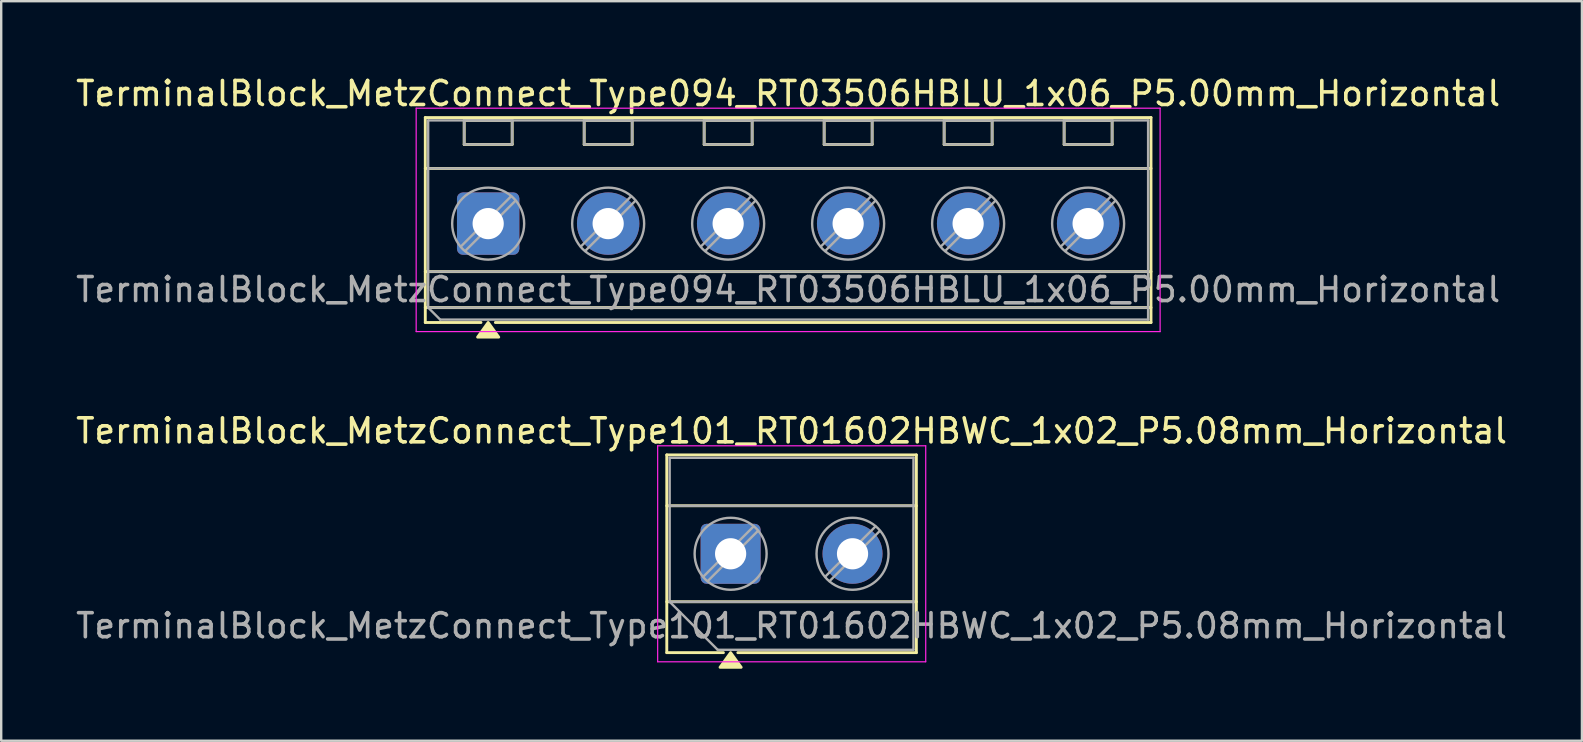
<source format=kicad_pcb>
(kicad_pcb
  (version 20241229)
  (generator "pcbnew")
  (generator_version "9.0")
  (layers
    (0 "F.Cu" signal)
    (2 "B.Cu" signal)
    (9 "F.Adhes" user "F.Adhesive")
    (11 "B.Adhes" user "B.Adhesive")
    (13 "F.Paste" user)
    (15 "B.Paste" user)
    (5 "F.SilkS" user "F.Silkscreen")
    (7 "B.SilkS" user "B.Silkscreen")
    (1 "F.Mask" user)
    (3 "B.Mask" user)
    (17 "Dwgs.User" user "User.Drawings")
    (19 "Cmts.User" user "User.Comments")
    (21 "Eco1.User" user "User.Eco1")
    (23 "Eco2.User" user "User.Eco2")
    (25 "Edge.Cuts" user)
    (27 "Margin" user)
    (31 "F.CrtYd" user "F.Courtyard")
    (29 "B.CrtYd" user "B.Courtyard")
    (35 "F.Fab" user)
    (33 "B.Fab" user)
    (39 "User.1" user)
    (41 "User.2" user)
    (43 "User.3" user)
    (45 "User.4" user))
  (footprint "TerminalBlock_MetzConnect_Type101_RT01602HBWC_1x02_P5.08mm_Horizontal"
    (layer "F.Cu")
    (at 27.395 20.026)
    (property "Reference" "TerminalBlock_MetzConnect_Type101_RT01602HBWC_1x02_P5.08mm_Horizontal" (at 2.54 -5.12 0) (layer "F.SilkS") (effects (font (size 1 1) (thickness 0.15))))
    (attr through_hole)
    (fp_line (start -2.66 -4.12) (end -2.66 4.12) (stroke (width 0.12) (type solid)) (layer "F.SilkS"))
    (fp_line (start -2.66 -4.12) (end 7.74 -4.12) (stroke (width 0.12) (type solid)) (layer "F.SilkS"))
    (fp_line (start -2.66 -2) (end 7.74 -2) (stroke (width 0.12) (type solid)) (layer "F.SilkS"))
    (fp_line (start -2.66 2) (end 7.74 2) (stroke (width 0.12) (type solid)) (layer "F.SilkS"))
    (fp_line (start -2.66 4.12) (end -0.3 4.12) (stroke (width 0.12) (type solid)) (layer "F.SilkS"))
    (fp_line (start 0.3 4.12) (end 7.74 4.12) (stroke (width 0.12) (type solid)) (layer "F.SilkS"))
    (fp_line (start 7.74 -4.12) (end 7.74 4.12) (stroke (width 0.12) (type solid)) (layer "F.SilkS"))
    (fp_poly (pts (xy 0 4.12) (xy 0.44 4.73) (xy -0.44 4.73)) (stroke (width 0.12) (type solid)) (fill yes) (layer "F.SilkS"))
    (fp_line (start -3.04 -4.5) (end -3.04 4.5) (stroke (width 0.05) (type solid)) (layer "F.CrtYd"))
    (fp_line (start -3.04 4.5) (end 8.13 4.5) (stroke (width 0.05) (type solid)) (layer "F.CrtYd"))
    (fp_line (start 8.13 -4.5) (end -3.04 -4.5) (stroke (width 0.05) (type solid)) (layer "F.CrtYd"))
    (fp_line (start 8.13 4.5) (end 8.13 -4.5) (stroke (width 0.05) (type solid)) (layer "F.CrtYd"))
    (fp_line (start -2.54 -4) (end 7.62 -4) (stroke (width 0.1) (type solid)) (layer "F.Fab"))
    (fp_line (start -2.54 -2) (end 7.62 -2) (stroke (width 0.1) (type solid)) (layer "F.Fab"))
    (fp_line (start -2.54 2) (end -2.54 -4) (stroke (width 0.1) (type solid)) (layer "F.Fab"))
    (fp_line (start -2.54 2) (end 7.62 2) (stroke (width 0.1) (type solid)) (layer "F.Fab"))
    (fp_line (start -0.54 4) (end -2.54 2) (stroke (width 0.1) (type solid)) (layer "F.Fab"))
    (fp_line (start 0.955 -1.138) (end -1.138 0.954) (stroke (width 0.1) (type solid)) (layer "F.Fab"))
    (fp_line (start 1.138 -0.954) (end -0.955 1.137) (stroke (width 0.1) (type solid)) (layer "F.Fab"))
    (fp_line (start 6.035 -1.138) (end 3.942 0.954) (stroke (width 0.1) (type solid)) (layer "F.Fab"))
    (fp_line (start 6.218 -0.954) (end 4.125 1.137) (stroke (width 0.1) (type solid)) (layer "F.Fab"))
    (fp_line (start 7.62 -4) (end 7.62 4) (stroke (width 0.1) (type solid)) (layer "F.Fab"))
    (fp_line (start 7.62 4) (end -0.54 4) (stroke (width 0.1) (type solid)) (layer "F.Fab"))
    (fp_circle (center 0 0) (end 1.5 0) (stroke (width 0.1) (type solid)) (fill no) (layer "F.Fab"))
    (fp_circle (center 5.08 0) (end 6.58 0) (stroke (width 0.1) (type solid)) (fill no) (layer "F.Fab"))
    (fp_text user "${REFERENCE}" (at 2.54 3 0) (layer "F.Fab") (effects (font (size 1 1) (thickness 0.15))))
    (pad "1" thru_hole roundrect (at 0 0) (size 2.5 2.5) (drill 1.3) (layers "*.Cu" "*.Mask") (roundrect_rratio 0.1))
    (pad "2" thru_hole circle (at 5.08 0) (size 2.5 2.5) (drill 1.3) (layers "*.Cu" "*.Mask")))
  (footprint "TerminalBlock_MetzConnect_Type094_RT03506HBLU_1x06_P5.00mm_Horizontal"
    (layer "F.Cu")
    (at 17.292 6.268)
    (property "Reference" "TerminalBlock_MetzConnect_Type094_RT03506HBLU_1x06_P5.00mm_Horizontal" (at 12.5 -5.42 0) (layer "F.SilkS") (effects (font (size 1 1) (thickness 0.15))))
    (attr through_hole)
    (fp_line (start -2.62 -4.42) (end -2.62 4.12) (stroke (width 0.12) (type solid)) (layer "F.SilkS"))
    (fp_line (start -2.62 -4.42) (end 27.62 -4.42) (stroke (width 0.12) (type solid)) (layer "F.SilkS"))
    (fp_line (start -2.62 -2.3) (end 27.62 -2.3) (stroke (width 0.12) (type solid)) (layer "F.SilkS"))
    (fp_line (start -2.62 2) (end 27.62 2) (stroke (width 0.12) (type solid)) (layer "F.SilkS"))
    (fp_line (start -2.62 3.5) (end 27.62 3.5) (stroke (width 0.12) (type solid)) (layer "F.SilkS"))
    (fp_line (start -2.62 4.12) (end -0.3 4.12) (stroke (width 0.12) (type solid)) (layer "F.SilkS"))
    (fp_line (start -1 -4.3) (end -1 -3.3) (stroke (width 0.12) (type solid)) (layer "F.SilkS"))
    (fp_line (start -1 -4.3) (end 1 -4.3) (stroke (width 0.12) (type solid)) (layer "F.SilkS"))
    (fp_line (start -1 -3.3) (end 1 -3.3) (stroke (width 0.12) (type solid)) (layer "F.SilkS"))
    (fp_line (start 0.3 4.12) (end 27.62 4.12) (stroke (width 0.12) (type solid)) (layer "F.SilkS"))
    (fp_line (start 1 -4.3) (end 1 -3.3) (stroke (width 0.12) (type solid)) (layer "F.SilkS"))
    (fp_line (start 4 -4.3) (end 4 -3.3) (stroke (width 0.12) (type solid)) (layer "F.SilkS"))
    (fp_line (start 4 -4.3) (end 6 -4.3) (stroke (width 0.12) (type solid)) (layer "F.SilkS"))
    (fp_line (start 4 -3.3) (end 6 -3.3) (stroke (width 0.12) (type solid)) (layer "F.SilkS"))
    (fp_line (start 6 -4.3) (end 6 -3.3) (stroke (width 0.12) (type solid)) (layer "F.SilkS"))
    (fp_line (start 9 -4.3) (end 9 -3.3) (stroke (width 0.12) (type solid)) (layer "F.SilkS"))
    (fp_line (start 9 -4.3) (end 11 -4.3) (stroke (width 0.12) (type solid)) (layer "F.SilkS"))
    (fp_line (start 9 -3.3) (end 11 -3.3) (stroke (width 0.12) (type solid)) (layer "F.SilkS"))
    (fp_line (start 11 -4.3) (end 11 -3.3) (stroke (width 0.12) (type solid)) (layer "F.SilkS"))
    (fp_line (start 14 -4.3) (end 14 -3.3) (stroke (width 0.12) (type solid)) (layer "F.SilkS"))
    (fp_line (start 14 -4.3) (end 16 -4.3) (stroke (width 0.12) (type solid)) (layer "F.SilkS"))
    (fp_line (start 14 -3.3) (end 16 -3.3) (stroke (width 0.12) (type solid)) (layer "F.SilkS"))
    (fp_line (start 16 -4.3) (end 16 -3.3) (stroke (width 0.12) (type solid)) (layer "F.SilkS"))
    (fp_line (start 19 -4.3) (end 19 -3.3) (stroke (width 0.12) (type solid)) (layer "F.SilkS"))
    (fp_line (start 19 -4.3) (end 21 -4.3) (stroke (width 0.12) (type solid)) (layer "F.SilkS"))
    (fp_line (start 19 -3.3) (end 21 -3.3) (stroke (width 0.12) (type solid)) (layer "F.SilkS"))
    (fp_line (start 21 -4.3) (end 21 -3.3) (stroke (width 0.12) (type solid)) (layer "F.SilkS"))
    (fp_line (start 24 -4.3) (end 24 -3.3) (stroke (width 0.12) (type solid)) (layer "F.SilkS"))
    (fp_line (start 24 -4.3) (end 26 -4.3) (stroke (width 0.12) (type solid)) (layer "F.SilkS"))
    (fp_line (start 24 -3.3) (end 26 -3.3) (stroke (width 0.12) (type solid)) (layer "F.SilkS"))
    (fp_line (start 26 -4.3) (end 26 -3.3) (stroke (width 0.12) (type solid)) (layer "F.SilkS"))
    (fp_line (start 27.62 -4.42) (end 27.62 4.12) (stroke (width 0.12) (type solid)) (layer "F.SilkS"))
    (fp_poly (pts (xy 0 4.12) (xy 0.44 4.73) (xy -0.44 4.73)) (stroke (width 0.12) (type solid)) (fill yes) (layer "F.SilkS"))
    (fp_line (start -3 -4.81) (end -3 4.5) (stroke (width 0.05) (type solid)) (layer "F.CrtYd"))
    (fp_line (start -3 4.5) (end 28 4.5) (stroke (width 0.05) (type solid)) (layer "F.CrtYd"))
    (fp_line (start 28 -4.81) (end -3 -4.81) (stroke (width 0.05) (type solid)) (layer "F.CrtYd"))
    (fp_line (start 28 4.5) (end 28 -4.81) (stroke (width 0.05) (type solid)) (layer "F.CrtYd"))
    (fp_line (start -2.5 -4.3) (end 27.5 -4.3) (stroke (width 0.1) (type solid)) (layer "F.Fab"))
    (fp_line (start -2.5 -2.3) (end 27.5 -2.3) (stroke (width 0.1) (type solid)) (layer "F.Fab"))
    (fp_line (start -2.5 2) (end 27.5 2) (stroke (width 0.1) (type solid)) (layer "F.Fab"))
    (fp_line (start -2.5 3.5) (end -2.5 -4.3) (stroke (width 0.1) (type solid)) (layer "F.Fab"))
    (fp_line (start -2.5 3.5) (end 27.5 3.5) (stroke (width 0.1) (type solid)) (layer "F.Fab"))
    (fp_line (start -2 4) (end -2.5 3.5) (stroke (width 0.1) (type solid)) (layer "F.Fab"))
    (fp_line (start -1 -4.3) (end -1 -3.3) (stroke (width 0.1) (type solid)) (layer "F.Fab"))
    (fp_line (start -1 -3.3) (end 1 -3.3) (stroke (width 0.1) (type solid)) (layer "F.Fab"))
    (fp_line (start 0.955 -1.138) (end -1.138 0.954) (stroke (width 0.1) (type solid)) (layer "F.Fab"))
    (fp_line (start 1 -4.3) (end -1 -4.3) (stroke (width 0.1) (type solid)) (layer "F.Fab"))
    (fp_line (start 1 -3.3) (end 1 -4.3) (stroke (width 0.1) (type solid)) (layer "F.Fab"))
    (fp_line (start 1.138 -0.954) (end -0.955 1.137) (stroke (width 0.1) (type solid)) (layer "F.Fab"))
    (fp_line (start 4 -4.3) (end 4 -3.3) (stroke (width 0.1) (type solid)) (layer "F.Fab"))
    (fp_line (start 4 -3.3) (end 6 -3.3) (stroke (width 0.1) (type solid)) (layer "F.Fab"))
    (fp_line (start 5.955 -1.138) (end 3.862 0.954) (stroke (width 0.1) (type solid)) (layer "F.Fab"))
    (fp_line (start 6 -4.3) (end 4 -4.3) (stroke (width 0.1) (type solid)) (layer "F.Fab"))
    (fp_line (start 6 -3.3) (end 6 -4.3) (stroke (width 0.1) (type solid)) (layer "F.Fab"))
    (fp_line (start 6.138 -0.954) (end 4.045 1.137) (stroke (width 0.1) (type solid)) (layer "F.Fab"))
    (fp_line (start 9 -4.3) (end 9 -3.3) (stroke (width 0.1) (type solid)) (layer "F.Fab"))
    (fp_line (start 9 -3.3) (end 11 -3.3) (stroke (width 0.1) (type solid)) (layer "F.Fab"))
    (fp_line (start 10.955 -1.138) (end 8.862 0.954) (stroke (width 0.1) (type solid)) (layer "F.Fab"))
    (fp_line (start 11 -4.3) (end 9 -4.3) (stroke (width 0.1) (type solid)) (layer "F.Fab"))
    (fp_line (start 11 -3.3) (end 11 -4.3) (stroke (width 0.1) (type solid)) (layer "F.Fab"))
    (fp_line (start 11.138 -0.954) (end 9.045 1.137) (stroke (width 0.1) (type solid)) (layer "F.Fab"))
    (fp_line (start 14 -4.3) (end 14 -3.3) (stroke (width 0.1) (type solid)) (layer "F.Fab"))
    (fp_line (start 14 -3.3) (end 16 -3.3) (stroke (width 0.1) (type solid)) (layer "F.Fab"))
    (fp_line (start 15.955 -1.138) (end 13.862 0.954) (stroke (width 0.1) (type solid)) (layer "F.Fab"))
    (fp_line (start 16 -4.3) (end 14 -4.3) (stroke (width 0.1) (type solid)) (layer "F.Fab"))
    (fp_line (start 16 -3.3) (end 16 -4.3) (stroke (width 0.1) (type solid)) (layer "F.Fab"))
    (fp_line (start 16.138 -0.954) (end 14.045 1.137) (stroke (width 0.1) (type solid)) (layer "F.Fab"))
    (fp_line (start 19 -4.3) (end 19 -3.3) (stroke (width 0.1) (type solid)) (layer "F.Fab"))
    (fp_line (start 19 -3.3) (end 21 -3.3) (stroke (width 0.1) (type solid)) (layer "F.Fab"))
    (fp_line (start 20.955 -1.138) (end 18.862 0.954) (stroke (width 0.1) (type solid)) (layer "F.Fab"))
    (fp_line (start 21 -4.3) (end 19 -4.3) (stroke (width 0.1) (type solid)) (layer "F.Fab"))
    (fp_line (start 21 -3.3) (end 21 -4.3) (stroke (width 0.1) (type solid)) (layer "F.Fab"))
    (fp_line (start 21.138 -0.954) (end 19.045 1.137) (stroke (width 0.1) (type solid)) (layer "F.Fab"))
    (fp_line (start 24 -4.3) (end 24 -3.3) (stroke (width 0.1) (type solid)) (layer "F.Fab"))
    (fp_line (start 24 -3.3) (end 26 -3.3) (stroke (width 0.1) (type solid)) (layer "F.Fab"))
    (fp_line (start 25.955 -1.138) (end 23.862 0.954) (stroke (width 0.1) (type solid)) (layer "F.Fab"))
    (fp_line (start 26 -4.3) (end 24 -4.3) (stroke (width 0.1) (type solid)) (layer "F.Fab"))
    (fp_line (start 26 -3.3) (end 26 -4.3) (stroke (width 0.1) (type solid)) (layer "F.Fab"))
    (fp_line (start 26.138 -0.954) (end 24.045 1.137) (stroke (width 0.1) (type solid)) (layer "F.Fab"))
    (fp_line (start 27.5 -4.3) (end 27.5 4) (stroke (width 0.1) (type solid)) (layer "F.Fab"))
    (fp_line (start 27.5 4) (end -2 4) (stroke (width 0.1) (type solid)) (layer "F.Fab"))
    (fp_circle (center 0 0) (end 1.5 0) (stroke (width 0.1) (type solid)) (fill no) (layer "F.Fab"))
    (fp_circle (center 5 0) (end 6.5 0) (stroke (width 0.1) (type solid)) (fill no) (layer "F.Fab"))
    (fp_circle (center 10 0) (end 11.5 0) (stroke (width 0.1) (type solid)) (fill no) (layer "F.Fab"))
    (fp_circle (center 15 0) (end 16.5 0) (stroke (width 0.1) (type solid)) (fill no) (layer "F.Fab"))
    (fp_circle (center 20 0) (end 21.5 0) (stroke (width 0.1) (type solid)) (fill no) (layer "F.Fab"))
    (fp_circle (center 25 0) (end 26.5 0) (stroke (width 0.1) (type solid)) (fill no) (layer "F.Fab"))
    (fp_text user "${REFERENCE}" (at 12.5 2.75 0) (layer "F.Fab") (effects (font (size 1 1) (thickness 0.15))))
    (pad "1" thru_hole roundrect (at 0 0) (size 2.6 2.6) (drill 1.3) (layers "*.Cu" "*.Mask") (roundrect_rratio 0.096))
    (pad "2" thru_hole circle (at 5 0) (size 2.6 2.6) (drill 1.3) (layers "*.Cu" "*.Mask"))
    (pad "3" thru_hole circle (at 10 0) (size 2.6 2.6) (drill 1.3) (layers "*.Cu" "*.Mask"))
    (pad "4" thru_hole circle (at 15 0) (size 2.6 2.6) (drill 1.3) (layers "*.Cu" "*.Mask"))
    (pad "5" thru_hole circle (at 20 0) (size 2.6 2.6) (drill 1.3) (layers "*.Cu" "*.Mask"))
    (pad "6" thru_hole circle (at 25 0) (size 2.6 2.6) (drill 1.3) (layers "*.Cu" "*.Mask")))
  (gr_rect
    (start -3 -3)
    (end 62.869 27.817)
    (stroke (width 0.1) (type default))
    (fill no)
    (layer "Edge.Cuts")))
</source>
